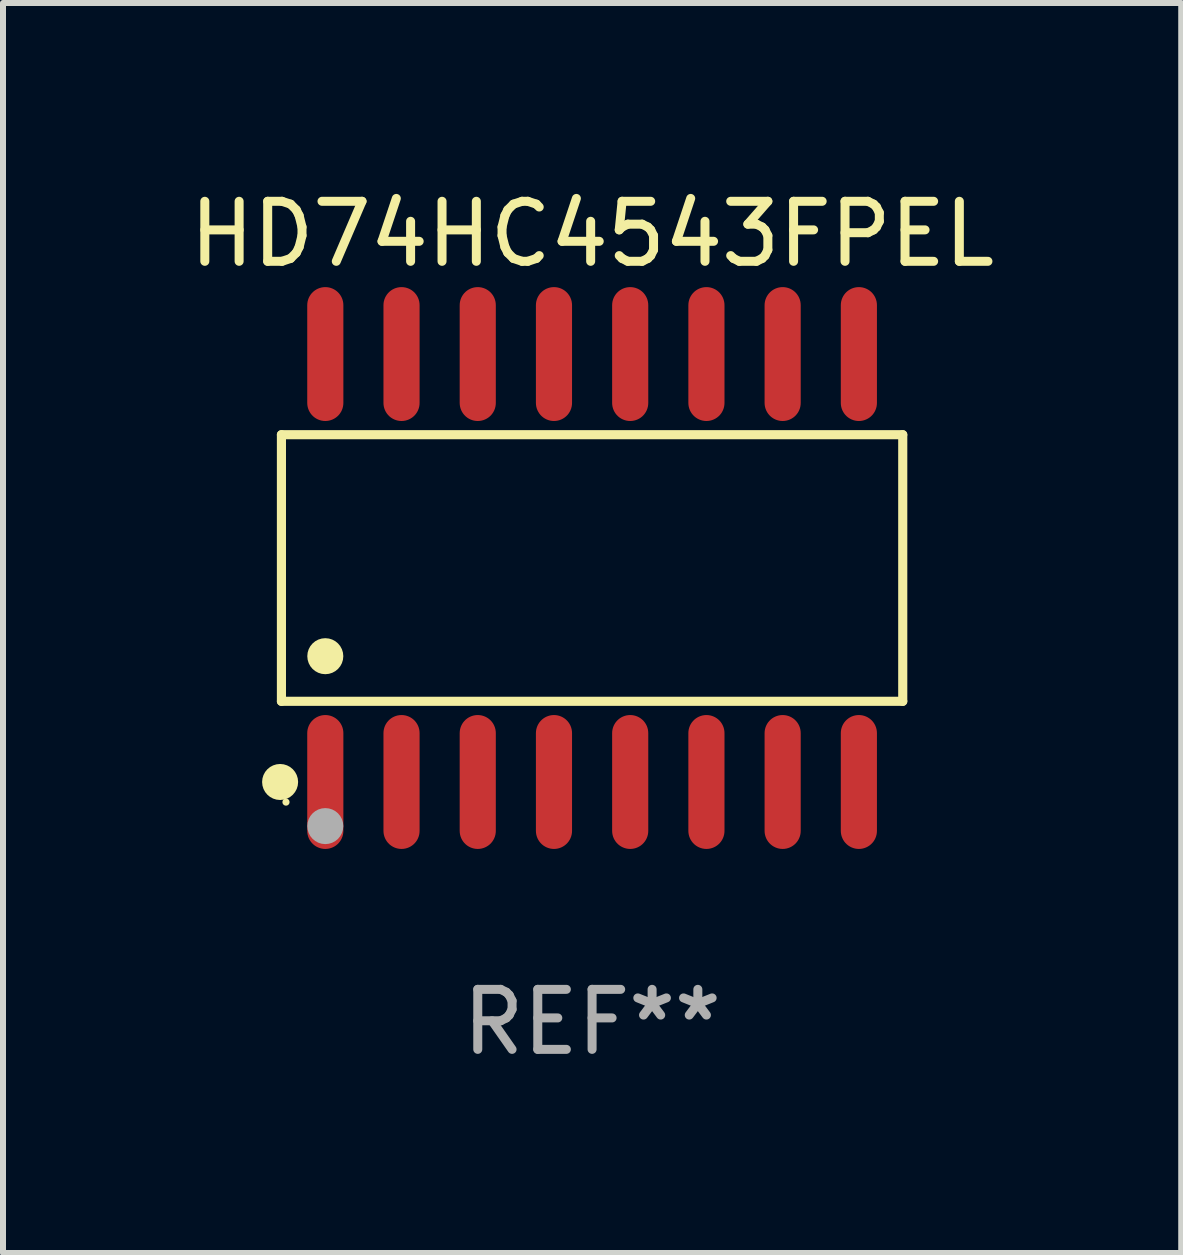
<source format=kicad_pcb>
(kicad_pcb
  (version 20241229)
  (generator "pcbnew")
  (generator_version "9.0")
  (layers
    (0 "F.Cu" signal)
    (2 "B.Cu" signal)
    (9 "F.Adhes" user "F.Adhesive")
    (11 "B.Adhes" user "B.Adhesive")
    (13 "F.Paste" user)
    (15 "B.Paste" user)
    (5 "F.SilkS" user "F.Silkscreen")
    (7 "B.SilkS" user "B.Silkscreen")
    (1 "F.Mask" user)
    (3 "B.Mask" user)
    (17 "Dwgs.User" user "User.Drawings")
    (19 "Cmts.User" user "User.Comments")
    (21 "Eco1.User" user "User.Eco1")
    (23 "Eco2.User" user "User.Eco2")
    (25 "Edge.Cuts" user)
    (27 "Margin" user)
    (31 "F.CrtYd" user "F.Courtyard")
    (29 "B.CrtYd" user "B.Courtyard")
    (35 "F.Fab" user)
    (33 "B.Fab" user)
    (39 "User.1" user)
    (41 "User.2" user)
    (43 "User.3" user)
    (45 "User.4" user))
  (footprint "HD74HC4543FPEL"
    (layer "F.Cu")
    (at 6.815 6.414)
    (property "Reference" "HD74HC4543FPEL" (at 0 -5.565 0) (layer "F.SilkS") (effects (font (size 1 1) (thickness 0.15))))
    (attr through_hole)
    (fp_line (start -5.176 -2.221) (end 5.176 -2.221) (stroke (width 0.152) (type solid)) (layer "F.SilkS"))
    (fp_line (start -5.176 2.221) (end -5.176 -2.221) (stroke (width 0.152) (type solid)) (layer "F.SilkS"))
    (fp_line (start 5.176 -2.221) (end 5.176 2.221) (stroke (width 0.152) (type solid)) (layer "F.SilkS"))
    (fp_line (start 5.176 2.221) (end -5.176 2.221) (stroke (width 0.152) (type solid)) (layer "F.SilkS"))
    (fp_circle (center -5.198 3.565) (end -5.048 3.565) (stroke (width 0.3) (type solid)) (fill no) (layer "F.SilkS"))
    (fp_circle (center -5.1 3.9) (end -5.07 3.9) (stroke (width 0.06) (type solid)) (fill no) (layer "F.SilkS"))
    (fp_circle (center -4.445 1.469) (end -4.295 1.469) (stroke (width 0.3) (type solid)) (fill no) (layer "F.SilkS"))
    (fp_circle (center -4.445 4.3) (end -4.295 4.3) (stroke (width 0.3) (type solid)) (fill no) (layer "F.Fab"))
    (fp_text user "REF**" (at 0 7.565 0) (layer "F.Fab") (effects (font (size 1 1) (thickness 0.15))))
    (pad "1" smd oval (at -4.445 3.565) (size 0.602 2.231) (layers "F.Cu" "F.Mask" "F.Paste"))
    (pad "2" smd oval (at -3.175 3.565) (size 0.602 2.231) (layers "F.Cu" "F.Mask" "F.Paste"))
    (pad "3" smd oval (at -1.905 3.565) (size 0.602 2.231) (layers "F.Cu" "F.Mask" "F.Paste"))
    (pad "4" smd oval (at -0.635 3.565) (size 0.602 2.231) (layers "F.Cu" "F.Mask" "F.Paste"))
    (pad "5" smd oval (at 0.635 3.565) (size 0.602 2.231) (layers "F.Cu" "F.Mask" "F.Paste"))
    (pad "6" smd oval (at 1.905 3.565) (size 0.602 2.231) (layers "F.Cu" "F.Mask" "F.Paste"))
    (pad "7" smd oval (at 3.175 3.565) (size 0.602 2.231) (layers "F.Cu" "F.Mask" "F.Paste"))
    (pad "8" smd oval (at 4.445 3.565) (size 0.602 2.231) (layers "F.Cu" "F.Mask" "F.Paste"))
    (pad "9" smd oval (at 4.445 -3.565) (size 0.602 2.231) (layers "F.Cu" "F.Mask" "F.Paste"))
    (pad "10" smd oval (at 3.175 -3.565) (size 0.602 2.231) (layers "F.Cu" "F.Mask" "F.Paste"))
    (pad "11" smd oval (at 1.905 -3.565) (size 0.602 2.231) (layers "F.Cu" "F.Mask" "F.Paste"))
    (pad "12" smd oval (at 0.635 -3.565) (size 0.602 2.231) (layers "F.Cu" "F.Mask" "F.Paste"))
    (pad "13" smd oval (at -0.635 -3.565) (size 0.602 2.231) (layers "F.Cu" "F.Mask" "F.Paste"))
    (pad "14" smd oval (at -1.905 -3.565) (size 0.602 2.231) (layers "F.Cu" "F.Mask" "F.Paste"))
    (pad "15" smd oval (at -3.175 -3.565) (size 0.602 2.231) (layers "F.Cu" "F.Mask" "F.Paste"))
    (pad "16" smd oval (at -4.445 -3.565) (size 0.602 2.231) (layers "F.Cu" "F.Mask" "F.Paste")))
  (gr_rect
    (start -3 -3)
    (end 16.631 17.827)
    (stroke (width 0.1) (type default))
    (fill no)
    (layer "Edge.Cuts")))
</source>
